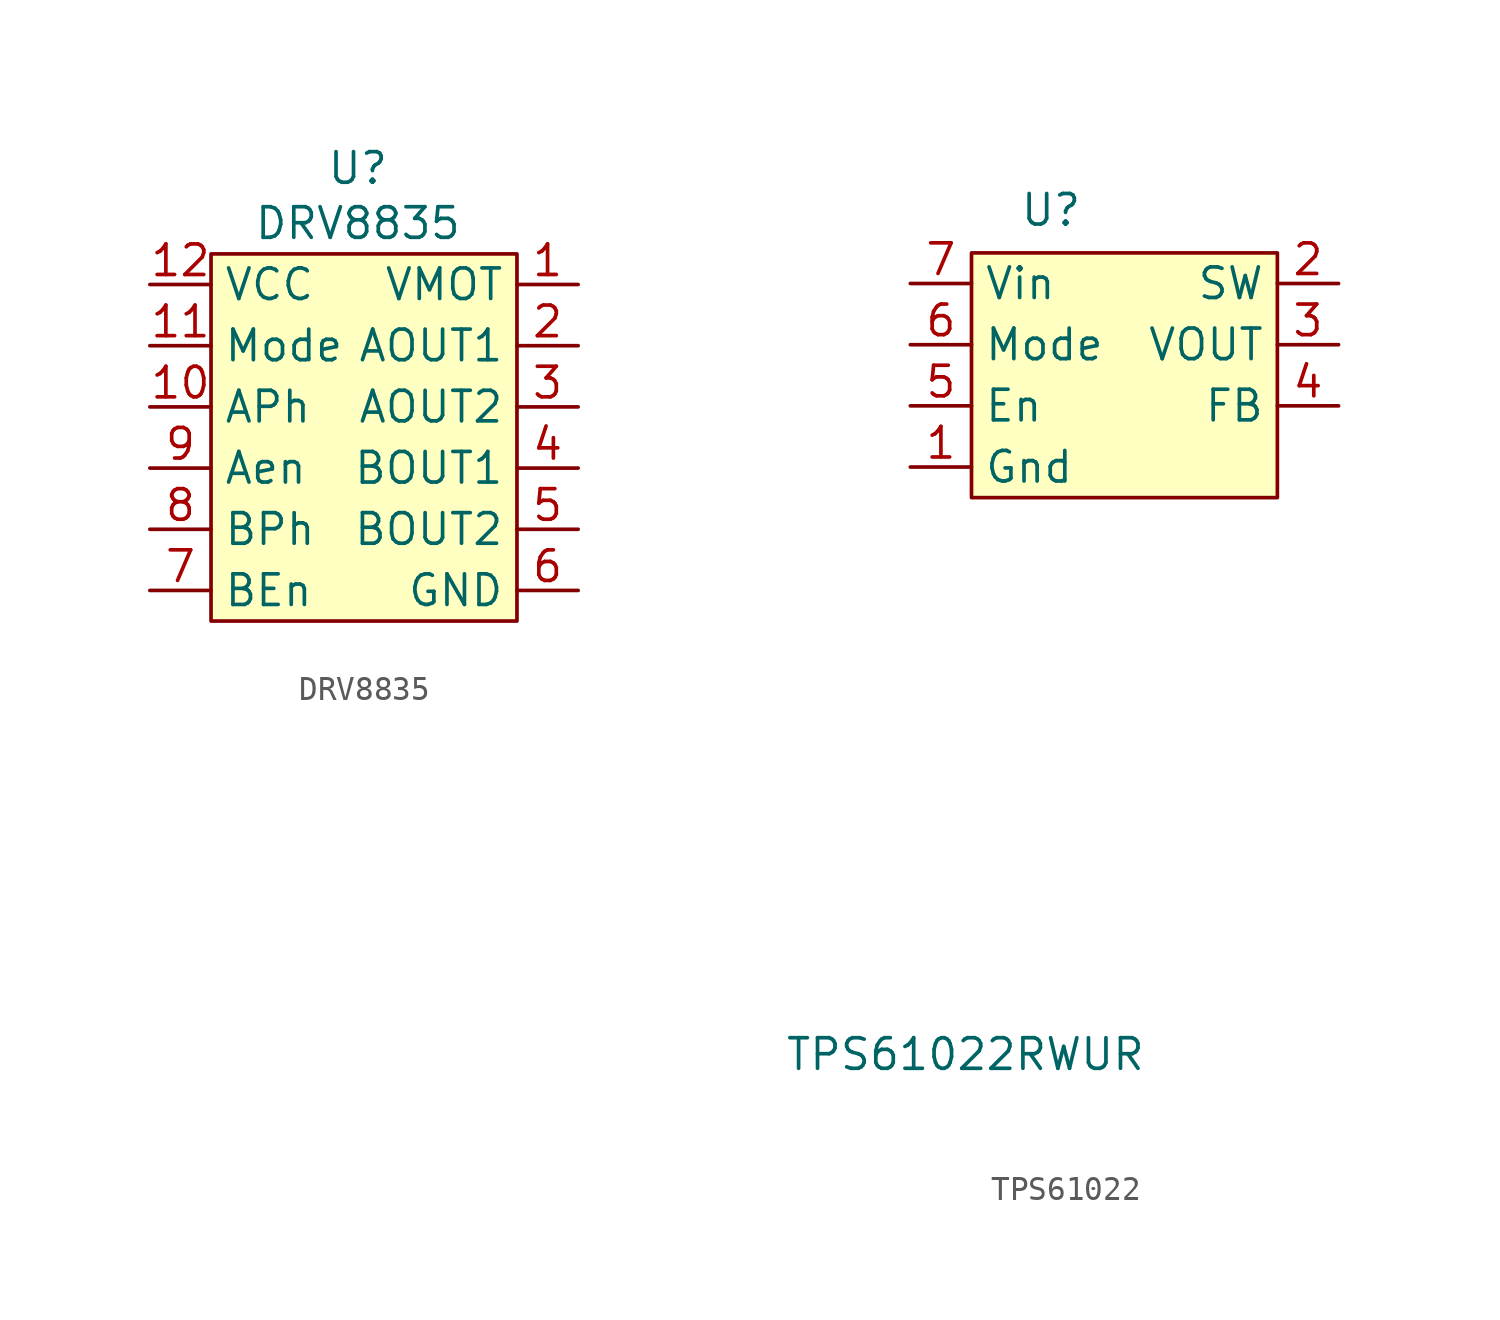
<source format=kicad_sym>
(kicad_symbol_lib
  (version 20231120)
  (generator "kicad_symbol_editor")
  (generator_version "8.0")
  (symbol "DRV8835"
    (property "Reference" "U"
      (at -0.254 11.176 0)
      (effects (font (size 1.27 1.27))))
    (property "Value" "DRV8835"
      (at -0.254 8.89 0)
      (effects (font (size 1.27 1.27))))
    (symbol "DRV8835_1_1"
      (rectangle (start -6.35 7.62) (end 6.35 -7.62) (stroke (width 0) (type default)) (fill (type background)))
      (pin input line (at 8.89 6.35 180) (length 2.54) (name "VMOT" (effects (font (size 1.27 1.27)))) (number "1" (effects (font (size 1.27 1.27)))))
      (pin input line (at -8.89 1.27 0) (length 2.54) (name "APh" (effects (font (size 1.27 1.27)))) (number "10" (effects (font (size 1.27 1.27)))) (alternate "AIN1" input line))
      (pin input line (at -8.89 3.81 0) (length 2.54) (name "Mode" (effects (font (size 1.27 1.27)))) (number "11" (effects (font (size 1.27 1.27)))))
      (pin input line (at -8.89 6.35 0) (length 2.54) (name "VCC" (effects (font (size 1.27 1.27)))) (number "12" (effects (font (size 1.27 1.27)))))
      (pin input line (at 8.89 3.81 180) (length 2.54) (name "AOUT1" (effects (font (size 1.27 1.27)))) (number "2" (effects (font (size 1.27 1.27)))))
      (pin input line (at 8.89 1.27 180) (length 2.54) (name "AOUT2" (effects (font (size 1.27 1.27)))) (number "3" (effects (font (size 1.27 1.27)))))
      (pin input line (at 8.89 -1.27 180) (length 2.54) (name "BOUT1" (effects (font (size 1.27 1.27)))) (number "4" (effects (font (size 1.27 1.27)))))
      (pin input line (at 8.89 -3.81 180) (length 2.54) (name "BOUT2" (effects (font (size 1.27 1.27)))) (number "5" (effects (font (size 1.27 1.27)))))
      (pin input line (at 8.89 -6.35 180) (length 2.54) (name "GND" (effects (font (size 1.27 1.27)))) (number "6" (effects (font (size 1.27 1.27)))))
      (pin input line (at -8.89 -6.35 0) (length 2.54) (name "BEn" (effects (font (size 1.27 1.27)))) (number "7" (effects (font (size 1.27 1.27)))) (alternate "BIN2" input line))
      (pin input line (at -8.89 -3.81 0) (length 2.54) (name "BPh" (effects (font (size 1.27 1.27)))) (number "8" (effects (font (size 1.27 1.27)))) (alternate "BIN1" input line))
      (pin input line (at -8.89 -1.27 0) (length 2.54) (name "Aen" (effects (font (size 1.27 1.27)))) (number "9" (effects (font (size 1.27 1.27)))) (alternate "AIN2" input line))))
  (symbol "TPS61022"
    (property "Reference" "U"
      (at -3.048 6.858 0)
      (effects (font (size 1.27 1.27))))
    (property "Value" "TPS61022RWUR"
      (at -6.604 -28.194 0)
      (effects (font (size 1.27 1.27))))
    (symbol "TPS61022_1_1"
      (rectangle (start -6.35 5.08) (end 6.35 -5.08) (stroke (width 0) (type default)) (fill (type background)))
      (pin input line (at -8.89 -3.81 0) (length 2.54) (name "Gnd" (effects (font (size 1.27 1.27)))) (number "1" (effects (font (size 1.27 1.27)))))
      (pin input line (at 8.89 3.81 180) (length 2.54) (name "SW" (effects (font (size 1.27 1.27)))) (number "2" (effects (font (size 1.27 1.27)))))
      (pin input line (at 8.89 1.27 180) (length 2.54) (name "VOUT" (effects (font (size 1.27 1.27)))) (number "3" (effects (font (size 1.27 1.27)))))
      (pin input line (at 8.89 -1.27 180) (length 2.54) (name "FB" (effects (font (size 1.27 1.27)))) (number "4" (effects (font (size 1.27 1.27)))))
      (pin input line (at -8.89 -1.27 0) (length 2.54) (name "En" (effects (font (size 1.27 1.27)))) (number "5" (effects (font (size 1.27 1.27)))))
      (pin input line (at -8.89 1.27 0) (length 2.54) (name "Mode" (effects (font (size 1.27 1.27)))) (number "6" (effects (font (size 1.27 1.27)))))
      (pin input line (at -8.89 3.81 0) (length 2.54) (name "Vin" (effects (font (size 1.27 1.27)))) (number "7" (effects (font (size 1.27 1.27))))))))
</source>
